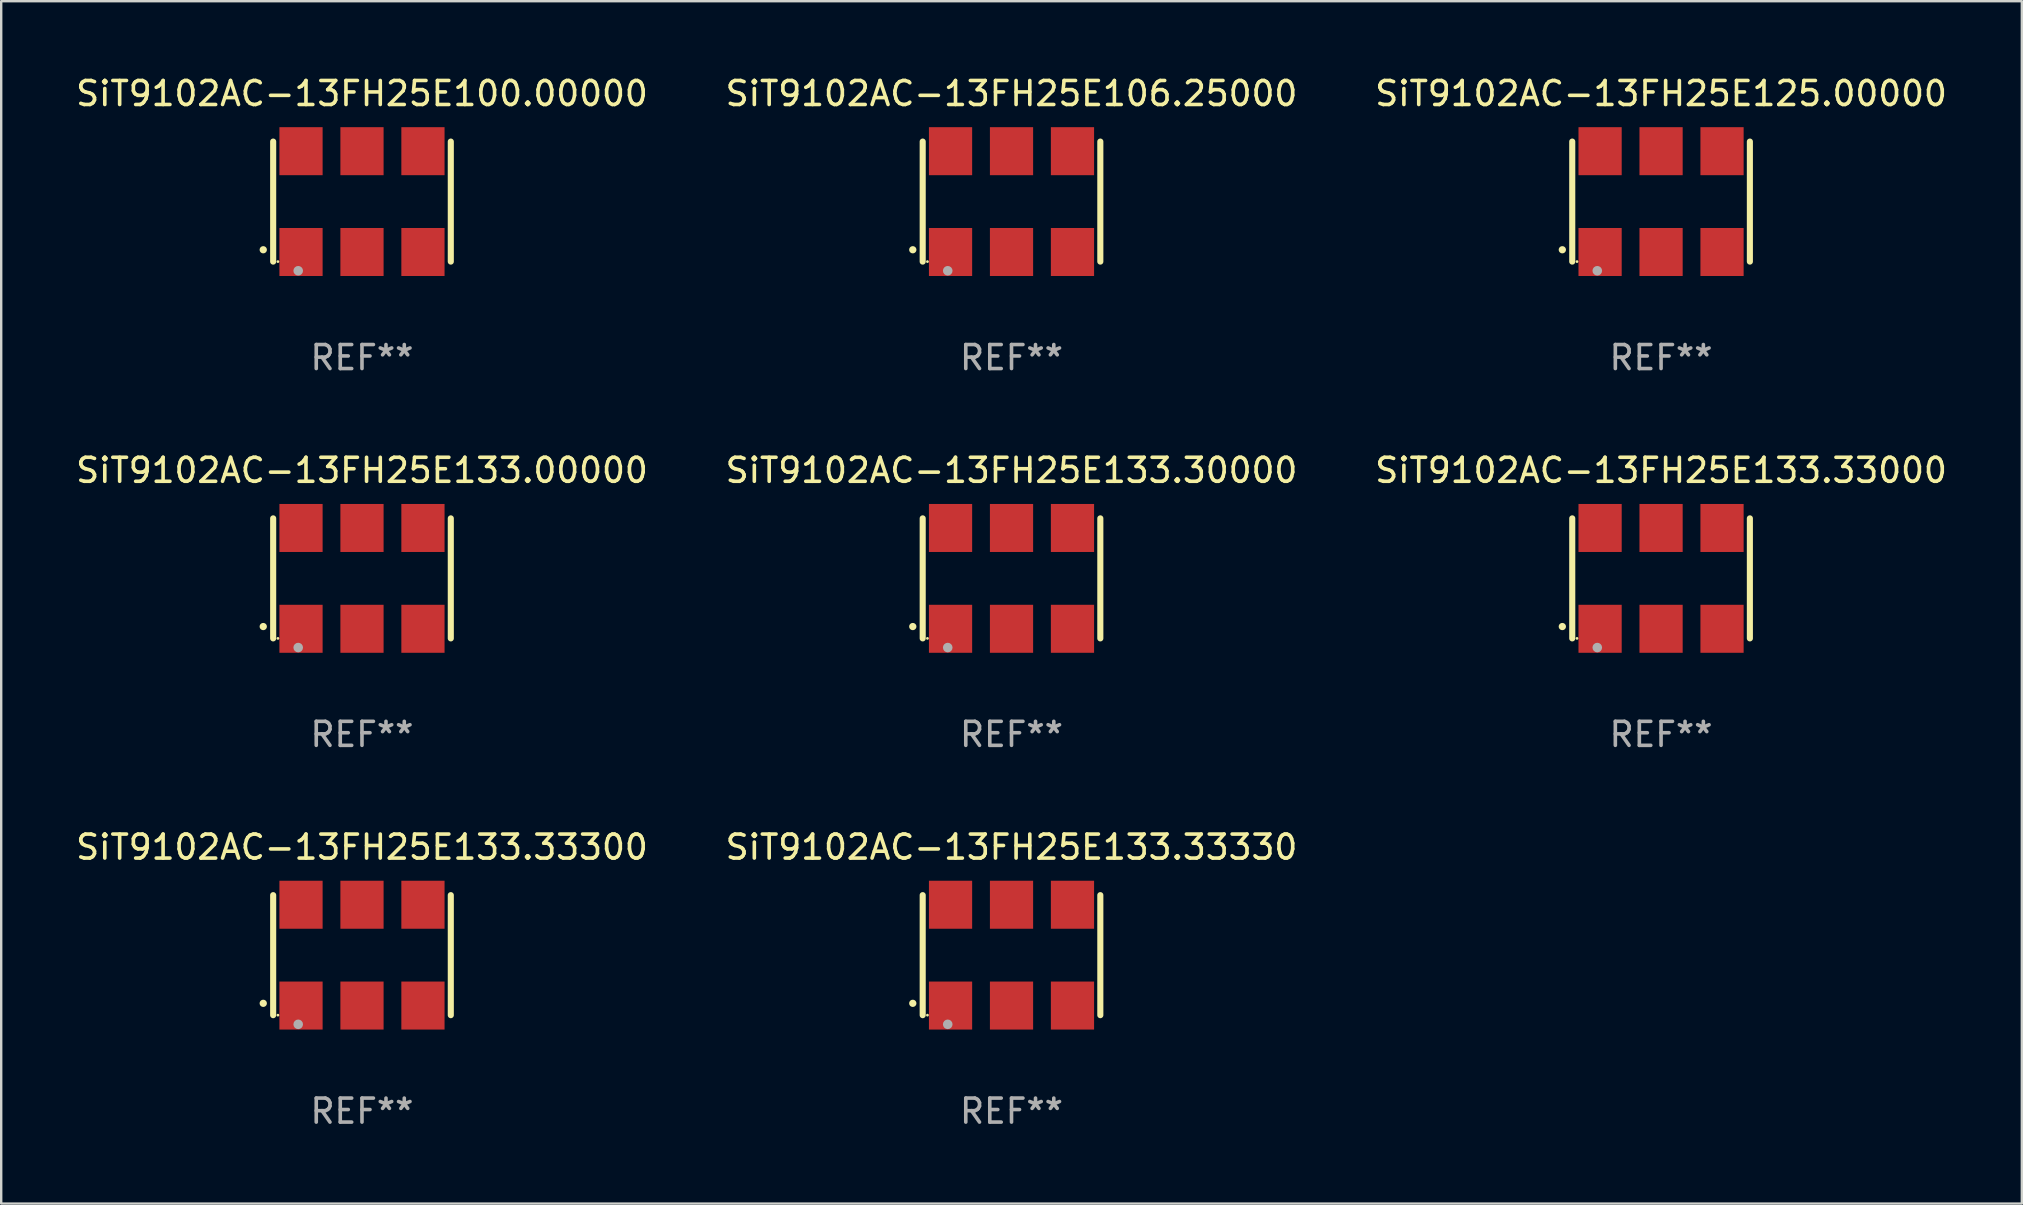
<source format=kicad_pcb>
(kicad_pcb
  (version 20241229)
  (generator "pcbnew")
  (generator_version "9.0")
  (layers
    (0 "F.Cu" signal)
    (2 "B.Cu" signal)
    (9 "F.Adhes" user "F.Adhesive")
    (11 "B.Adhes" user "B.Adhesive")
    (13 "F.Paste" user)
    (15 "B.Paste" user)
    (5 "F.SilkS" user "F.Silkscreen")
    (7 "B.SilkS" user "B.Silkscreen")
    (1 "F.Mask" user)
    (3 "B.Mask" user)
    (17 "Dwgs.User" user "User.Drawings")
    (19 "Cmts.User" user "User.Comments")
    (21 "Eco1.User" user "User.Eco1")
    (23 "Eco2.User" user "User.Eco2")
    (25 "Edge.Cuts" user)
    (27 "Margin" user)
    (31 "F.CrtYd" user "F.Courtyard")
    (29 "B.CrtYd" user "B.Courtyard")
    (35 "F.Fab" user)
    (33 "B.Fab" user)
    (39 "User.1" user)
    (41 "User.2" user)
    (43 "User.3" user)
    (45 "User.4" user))
  (footprint "SiT9102AC-13FH25E133.30000"
    (layer "F.Cu")
    (at 39.089 21.045)
    (property "Reference" "SiT9102AC-13FH25E133.30000" (at 0 -4.5 0) (layer "F.SilkS") (effects (font (size 1 1) (thickness 0.15))))
    (attr through_hole)
    (fp_line (start -3.7 -2.5) (end -3.7 2.5) (stroke (width 0.254) (type solid)) (layer "F.SilkS"))
    (fp_line (start 3.7 -2.5) (end 3.7 2.5) (stroke (width 0.254) (type solid)) (layer "F.SilkS"))
    (fp_arc (start -4.114415 2.006604) (mid -4.113145 2.006599) (end -4.111875 2.006604) (stroke (width 0.3) (type solid)) (layer "F.SilkS"))
    (fp_circle (center -3.502 2.5) (end -3.472 2.5) (stroke (width 0.06) (type solid)) (fill no) (layer "F.SilkS"))
    (fp_circle (center -2.657 2.882) (end -2.557 2.882) (stroke (width 0.2) (type solid)) (fill no) (layer "F.Fab"))
    (fp_text user "REF**" (at 0 6.5 0) (layer "F.Fab") (effects (font (size 1 1) (thickness 0.15))))
    (pad "1" smd rect (at -2.54 2.1) (size 1.8 2) (layers "F.Cu" "F.Mask" "F.Paste"))
    (pad "2" smd rect (at 0.000394 2.1) (size 1.8 2) (layers "F.Cu" "F.Mask" "F.Paste"))
    (pad "3" smd rect (at 2.54 2.1) (size 1.8 2) (layers "F.Cu" "F.Mask" "F.Paste"))
    (pad "4" smd rect (at 2.54 -2.1) (size 1.8 2) (layers "F.Cu" "F.Mask" "F.Paste"))
    (pad "5" smd rect (at 0.000394 -2.1) (size 1.8 2) (layers "F.Cu" "F.Mask" "F.Paste"))
    (pad "6" smd rect (at -2.54 -2.1) (size 1.8 2) (layers "F.Cu" "F.Mask" "F.Paste")))
  (footprint "SiT9102AC-13FH25E133.00000"
    (layer "F.Cu")
    (at 12.03 21.045)
    (property "Reference" "SiT9102AC-13FH25E133.00000" (at 0 -4.5 0) (layer "F.SilkS") (effects (font (size 1 1) (thickness 0.15))))
    (attr through_hole)
    (fp_line (start -3.7 -2.5) (end -3.7 2.5) (stroke (width 0.254) (type solid)) (layer "F.SilkS"))
    (fp_line (start 3.7 -2.5) (end 3.7 2.5) (stroke (width 0.254) (type solid)) (layer "F.SilkS"))
    (fp_arc (start -4.114415 2.006604) (mid -4.113145 2.006599) (end -4.111875 2.006604) (stroke (width 0.3) (type solid)) (layer "F.SilkS"))
    (fp_circle (center -3.502 2.5) (end -3.472 2.5) (stroke (width 0.06) (type solid)) (fill no) (layer "F.SilkS"))
    (fp_circle (center -2.657 2.882) (end -2.557 2.882) (stroke (width 0.2) (type solid)) (fill no) (layer "F.Fab"))
    (fp_text user "REF**" (at 0 6.5 0) (layer "F.Fab") (effects (font (size 1 1) (thickness 0.15))))
    (pad "1" smd rect (at -2.54 2.1) (size 1.8 2) (layers "F.Cu" "F.Mask" "F.Paste"))
    (pad "2" smd rect (at 0.000394 2.1) (size 1.8 2) (layers "F.Cu" "F.Mask" "F.Paste"))
    (pad "3" smd rect (at 2.54 2.1) (size 1.8 2) (layers "F.Cu" "F.Mask" "F.Paste"))
    (pad "4" smd rect (at 2.54 -2.1) (size 1.8 2) (layers "F.Cu" "F.Mask" "F.Paste"))
    (pad "5" smd rect (at 0.000394 -2.1) (size 1.8 2) (layers "F.Cu" "F.Mask" "F.Paste"))
    (pad "6" smd rect (at -2.54 -2.1) (size 1.8 2) (layers "F.Cu" "F.Mask" "F.Paste")))
  (footprint "SiT9102AC-13FH25E125.00000"
    (layer "F.Cu")
    (at 66.149 5.348)
    (property "Reference" "SiT9102AC-13FH25E125.00000" (at 0 -4.5 0) (layer "F.SilkS") (effects (font (size 1 1) (thickness 0.15))))
    (attr through_hole)
    (fp_line (start -3.7 -2.5) (end -3.7 2.5) (stroke (width 0.254) (type solid)) (layer "F.SilkS"))
    (fp_line (start 3.7 -2.5) (end 3.7 2.5) (stroke (width 0.254) (type solid)) (layer "F.SilkS"))
    (fp_arc (start -4.114415 2.006604) (mid -4.113145 2.006599) (end -4.111875 2.006604) (stroke (width 0.3) (type solid)) (layer "F.SilkS"))
    (fp_circle (center -3.502 2.5) (end -3.472 2.5) (stroke (width 0.06) (type solid)) (fill no) (layer "F.SilkS"))
    (fp_circle (center -2.657 2.882) (end -2.557 2.882) (stroke (width 0.2) (type solid)) (fill no) (layer "F.Fab"))
    (fp_text user "REF**" (at 0 6.5 0) (layer "F.Fab") (effects (font (size 1 1) (thickness 0.15))))
    (pad "1" smd rect (at -2.54 2.1) (size 1.8 2) (layers "F.Cu" "F.Mask" "F.Paste"))
    (pad "2" smd rect (at 0.000394 2.1) (size 1.8 2) (layers "F.Cu" "F.Mask" "F.Paste"))
    (pad "3" smd rect (at 2.54 2.1) (size 1.8 2) (layers "F.Cu" "F.Mask" "F.Paste"))
    (pad "4" smd rect (at 2.54 -2.1) (size 1.8 2) (layers "F.Cu" "F.Mask" "F.Paste"))
    (pad "5" smd rect (at 0.000394 -2.1) (size 1.8 2) (layers "F.Cu" "F.Mask" "F.Paste"))
    (pad "6" smd rect (at -2.54 -2.1) (size 1.8 2) (layers "F.Cu" "F.Mask" "F.Paste")))
  (footprint "SiT9102AC-13FH25E133.33300"
    (layer "F.Cu")
    (at 12.03 36.741)
    (property "Reference" "SiT9102AC-13FH25E133.33300" (at 0 -4.5 0) (layer "F.SilkS") (effects (font (size 1 1) (thickness 0.15))))
    (attr through_hole)
    (fp_line (start -3.7 -2.5) (end -3.7 2.5) (stroke (width 0.254) (type solid)) (layer "F.SilkS"))
    (fp_line (start 3.7 -2.5) (end 3.7 2.5) (stroke (width 0.254) (type solid)) (layer "F.SilkS"))
    (fp_arc (start -4.114415 2.006604) (mid -4.113145 2.006599) (end -4.111875 2.006604) (stroke (width 0.3) (type solid)) (layer "F.SilkS"))
    (fp_circle (center -3.502 2.5) (end -3.472 2.5) (stroke (width 0.06) (type solid)) (fill no) (layer "F.SilkS"))
    (fp_circle (center -2.657 2.882) (end -2.557 2.882) (stroke (width 0.2) (type solid)) (fill no) (layer "F.Fab"))
    (fp_text user "REF**" (at 0 6.5 0) (layer "F.Fab") (effects (font (size 1 1) (thickness 0.15))))
    (pad "1" smd rect (at -2.54 2.1) (size 1.8 2) (layers "F.Cu" "F.Mask" "F.Paste"))
    (pad "2" smd rect (at 0.000394 2.1) (size 1.8 2) (layers "F.Cu" "F.Mask" "F.Paste"))
    (pad "3" smd rect (at 2.54 2.1) (size 1.8 2) (layers "F.Cu" "F.Mask" "F.Paste"))
    (pad "4" smd rect (at 2.54 -2.1) (size 1.8 2) (layers "F.Cu" "F.Mask" "F.Paste"))
    (pad "5" smd rect (at 0.000394 -2.1) (size 1.8 2) (layers "F.Cu" "F.Mask" "F.Paste"))
    (pad "6" smd rect (at -2.54 -2.1) (size 1.8 2) (layers "F.Cu" "F.Mask" "F.Paste")))
  (footprint "SiT9102AC-13FH25E133.33000"
    (layer "F.Cu")
    (at 66.149 21.045)
    (property "Reference" "SiT9102AC-13FH25E133.33000" (at 0 -4.5 0) (layer "F.SilkS") (effects (font (size 1 1) (thickness 0.15))))
    (attr through_hole)
    (fp_line (start -3.7 -2.5) (end -3.7 2.5) (stroke (width 0.254) (type solid)) (layer "F.SilkS"))
    (fp_line (start 3.7 -2.5) (end 3.7 2.5) (stroke (width 0.254) (type solid)) (layer "F.SilkS"))
    (fp_arc (start -4.114415 2.006604) (mid -4.113145 2.006599) (end -4.111875 2.006604) (stroke (width 0.3) (type solid)) (layer "F.SilkS"))
    (fp_circle (center -3.502 2.5) (end -3.472 2.5) (stroke (width 0.06) (type solid)) (fill no) (layer "F.SilkS"))
    (fp_circle (center -2.657 2.882) (end -2.557 2.882) (stroke (width 0.2) (type solid)) (fill no) (layer "F.Fab"))
    (fp_text user "REF**" (at 0 6.5 0) (layer "F.Fab") (effects (font (size 1 1) (thickness 0.15))))
    (pad "1" smd rect (at -2.54 2.1) (size 1.8 2) (layers "F.Cu" "F.Mask" "F.Paste"))
    (pad "2" smd rect (at 0.000394 2.1) (size 1.8 2) (layers "F.Cu" "F.Mask" "F.Paste"))
    (pad "3" smd rect (at 2.54 2.1) (size 1.8 2) (layers "F.Cu" "F.Mask" "F.Paste"))
    (pad "4" smd rect (at 2.54 -2.1) (size 1.8 2) (layers "F.Cu" "F.Mask" "F.Paste"))
    (pad "5" smd rect (at 0.000394 -2.1) (size 1.8 2) (layers "F.Cu" "F.Mask" "F.Paste"))
    (pad "6" smd rect (at -2.54 -2.1) (size 1.8 2) (layers "F.Cu" "F.Mask" "F.Paste")))
  (footprint "SiT9102AC-13FH25E100.00000"
    (layer "F.Cu")
    (at 12.03 5.348)
    (property "Reference" "SiT9102AC-13FH25E100.00000" (at 0 -4.5 0) (layer "F.SilkS") (effects (font (size 1 1) (thickness 0.15))))
    (attr through_hole)
    (fp_line (start -3.7 -2.5) (end -3.7 2.5) (stroke (width 0.254) (type solid)) (layer "F.SilkS"))
    (fp_line (start 3.7 -2.5) (end 3.7 2.5) (stroke (width 0.254) (type solid)) (layer "F.SilkS"))
    (fp_arc (start -4.114415 2.006604) (mid -4.113145 2.006599) (end -4.111875 2.006604) (stroke (width 0.3) (type solid)) (layer "F.SilkS"))
    (fp_circle (center -3.502 2.5) (end -3.472 2.5) (stroke (width 0.06) (type solid)) (fill no) (layer "F.SilkS"))
    (fp_circle (center -2.657 2.882) (end -2.557 2.882) (stroke (width 0.2) (type solid)) (fill no) (layer "F.Fab"))
    (fp_text user "REF**" (at 0 6.5 0) (layer "F.Fab") (effects (font (size 1 1) (thickness 0.15))))
    (pad "1" smd rect (at -2.54 2.1) (size 1.8 2) (layers "F.Cu" "F.Mask" "F.Paste"))
    (pad "2" smd rect (at 0.000394 2.1) (size 1.8 2) (layers "F.Cu" "F.Mask" "F.Paste"))
    (pad "3" smd rect (at 2.54 2.1) (size 1.8 2) (layers "F.Cu" "F.Mask" "F.Paste"))
    (pad "4" smd rect (at 2.54 -2.1) (size 1.8 2) (layers "F.Cu" "F.Mask" "F.Paste"))
    (pad "5" smd rect (at 0.000394 -2.1) (size 1.8 2) (layers "F.Cu" "F.Mask" "F.Paste"))
    (pad "6" smd rect (at -2.54 -2.1) (size 1.8 2) (layers "F.Cu" "F.Mask" "F.Paste")))
  (footprint "SiT9102AC-13FH25E133.33330"
    (layer "F.Cu")
    (at 39.089 36.741)
    (property "Reference" "SiT9102AC-13FH25E133.33330" (at 0 -4.5 0) (layer "F.SilkS") (effects (font (size 1 1) (thickness 0.15))))
    (attr through_hole)
    (fp_line (start -3.7 -2.5) (end -3.7 2.5) (stroke (width 0.254) (type solid)) (layer "F.SilkS"))
    (fp_line (start 3.7 -2.5) (end 3.7 2.5) (stroke (width 0.254) (type solid)) (layer "F.SilkS"))
    (fp_arc (start -4.114415 2.006604) (mid -4.113145 2.006599) (end -4.111875 2.006604) (stroke (width 0.3) (type solid)) (layer "F.SilkS"))
    (fp_circle (center -3.502 2.5) (end -3.472 2.5) (stroke (width 0.06) (type solid)) (fill no) (layer "F.SilkS"))
    (fp_circle (center -2.657 2.882) (end -2.557 2.882) (stroke (width 0.2) (type solid)) (fill no) (layer "F.Fab"))
    (fp_text user "REF**" (at 0 6.5 0) (layer "F.Fab") (effects (font (size 1 1) (thickness 0.15))))
    (pad "1" smd rect (at -2.54 2.1) (size 1.8 2) (layers "F.Cu" "F.Mask" "F.Paste"))
    (pad "2" smd rect (at 0.000394 2.1) (size 1.8 2) (layers "F.Cu" "F.Mask" "F.Paste"))
    (pad "3" smd rect (at 2.54 2.1) (size 1.8 2) (layers "F.Cu" "F.Mask" "F.Paste"))
    (pad "4" smd rect (at 2.54 -2.1) (size 1.8 2) (layers "F.Cu" "F.Mask" "F.Paste"))
    (pad "5" smd rect (at 0.000394 -2.1) (size 1.8 2) (layers "F.Cu" "F.Mask" "F.Paste"))
    (pad "6" smd rect (at -2.54 -2.1) (size 1.8 2) (layers "F.Cu" "F.Mask" "F.Paste")))
  (footprint "SiT9102AC-13FH25E106.25000"
    (layer "F.Cu")
    (at 39.089 5.348)
    (property "Reference" "SiT9102AC-13FH25E106.25000" (at 0 -4.5 0) (layer "F.SilkS") (effects (font (size 1 1) (thickness 0.15))))
    (attr through_hole)
    (fp_line (start -3.7 -2.5) (end -3.7 2.5) (stroke (width 0.254) (type solid)) (layer "F.SilkS"))
    (fp_line (start 3.7 -2.5) (end 3.7 2.5) (stroke (width 0.254) (type solid)) (layer "F.SilkS"))
    (fp_arc (start -4.114415 2.006604) (mid -4.113145 2.006599) (end -4.111875 2.006604) (stroke (width 0.3) (type solid)) (layer "F.SilkS"))
    (fp_circle (center -3.502 2.5) (end -3.472 2.5) (stroke (width 0.06) (type solid)) (fill no) (layer "F.SilkS"))
    (fp_circle (center -2.657 2.882) (end -2.557 2.882) (stroke (width 0.2) (type solid)) (fill no) (layer "F.Fab"))
    (fp_text user "REF**" (at 0 6.5 0) (layer "F.Fab") (effects (font (size 1 1) (thickness 0.15))))
    (pad "1" smd rect (at -2.54 2.1) (size 1.8 2) (layers "F.Cu" "F.Mask" "F.Paste"))
    (pad "2" smd rect (at 0.000394 2.1) (size 1.8 2) (layers "F.Cu" "F.Mask" "F.Paste"))
    (pad "3" smd rect (at 2.54 2.1) (size 1.8 2) (layers "F.Cu" "F.Mask" "F.Paste"))
    (pad "4" smd rect (at 2.54 -2.1) (size 1.8 2) (layers "F.Cu" "F.Mask" "F.Paste"))
    (pad "5" smd rect (at 0.000394 -2.1) (size 1.8 2) (layers "F.Cu" "F.Mask" "F.Paste"))
    (pad "6" smd rect (at -2.54 -2.1) (size 1.8 2) (layers "F.Cu" "F.Mask" "F.Paste")))
  (gr_rect
    (start -3 -3)
    (end 81.179 47.09)
    (stroke (width 0.1) (type default))
    (fill no)
    (layer "Edge.Cuts")))
</source>
